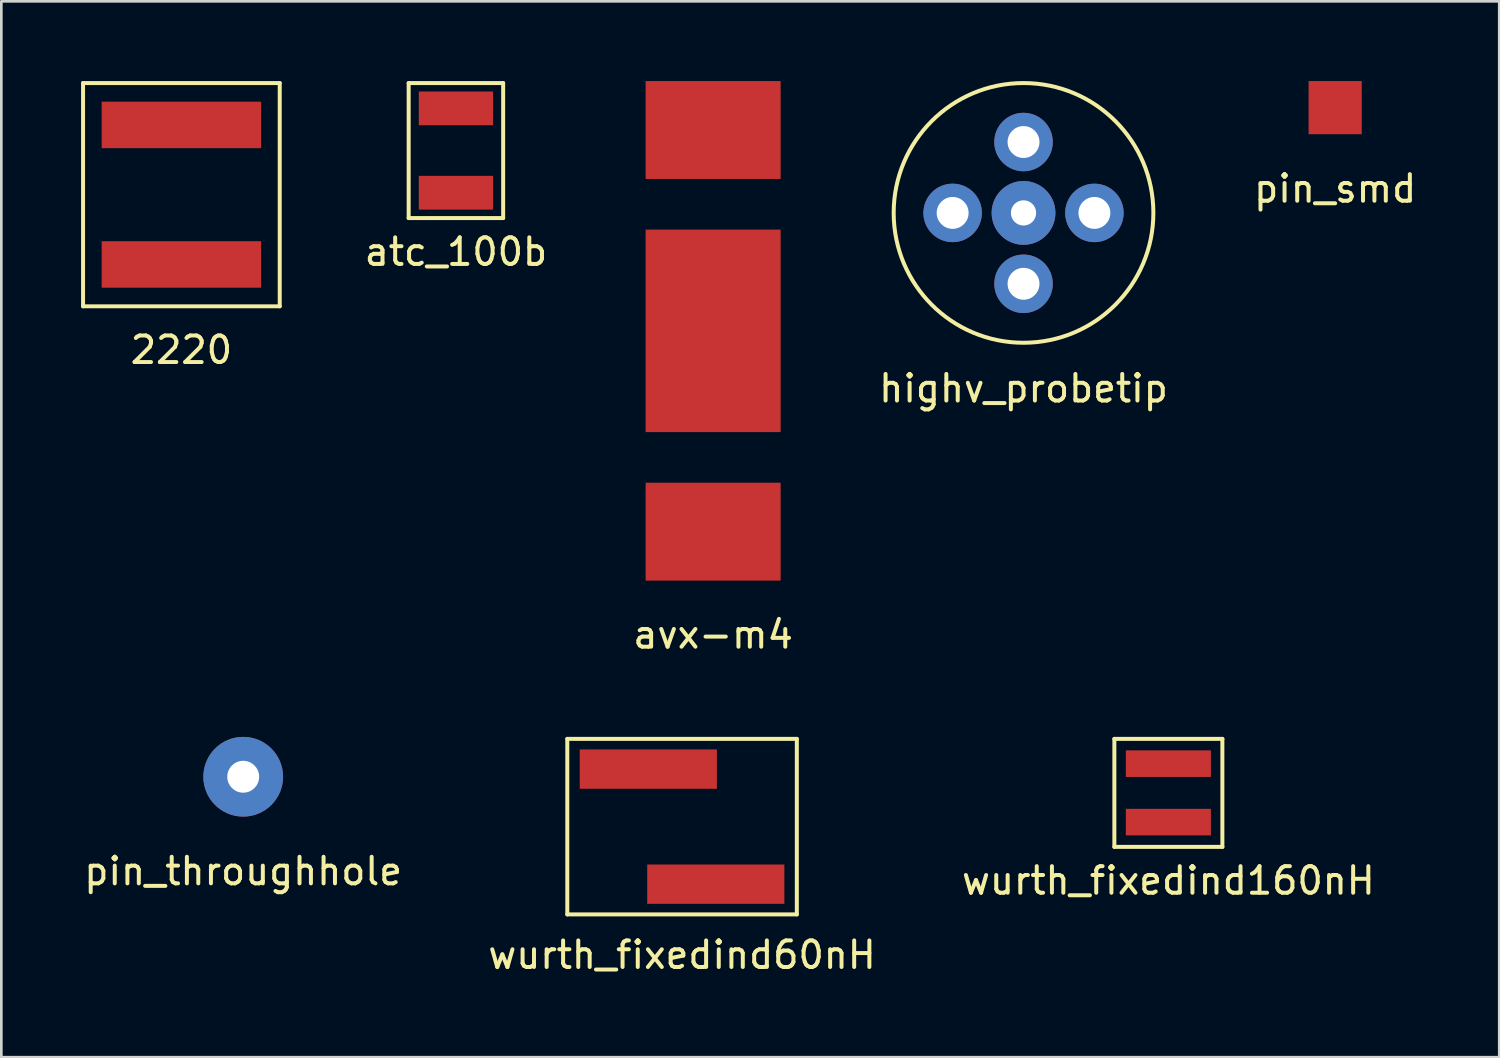
<source format=kicad_pcb>
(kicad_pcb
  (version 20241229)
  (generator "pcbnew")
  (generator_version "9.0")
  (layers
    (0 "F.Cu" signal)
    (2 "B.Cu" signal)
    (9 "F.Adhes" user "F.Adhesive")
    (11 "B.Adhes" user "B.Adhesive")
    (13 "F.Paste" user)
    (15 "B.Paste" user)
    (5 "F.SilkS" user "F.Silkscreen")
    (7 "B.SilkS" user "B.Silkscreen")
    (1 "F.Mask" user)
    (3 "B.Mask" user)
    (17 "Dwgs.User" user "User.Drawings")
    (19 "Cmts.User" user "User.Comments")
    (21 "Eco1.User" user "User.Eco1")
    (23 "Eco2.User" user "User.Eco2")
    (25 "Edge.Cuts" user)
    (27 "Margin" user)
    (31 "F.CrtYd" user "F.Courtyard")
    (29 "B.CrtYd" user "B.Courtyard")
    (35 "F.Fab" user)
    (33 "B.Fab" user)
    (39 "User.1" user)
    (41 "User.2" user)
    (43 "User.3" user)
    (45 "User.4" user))
  (footprint "2220"
    (layer "F.Cu")
    (at 3.775 4.275)
    (property "Reference" "2220" (at 0 5.842 0) (layer "F.SilkS") (effects (font (size 1 1) (thickness 0.15))))
    (attr through_hole)
    (fp_line (start -3.7 -4.2) (end -3.7 4.2) (stroke (width 0.15) (type solid)) (layer "F.SilkS"))
    (fp_line (start -3.7 4.2) (end 3.7 4.2) (stroke (width 0.15) (type solid)) (layer "F.SilkS"))
    (fp_line (start 3.7 -4.2) (end -3.7 -4.2) (stroke (width 0.15) (type solid)) (layer "F.SilkS"))
    (fp_line (start 3.7 -4.2) (end 3.7 4.2) (stroke (width 0.15) (type solid)) (layer "F.SilkS"))
    (pad "1" smd rect (at 0 -2.625) (size 6 1.75) (layers "F.Cu" "F.Mask" "F.Paste"))
    (pad "2" smd rect (at 0 2.625) (size 6 1.75) (layers "F.Cu" "F.Mask" "F.Paste")))
  (footprint "wurth_fixedind160nH"
    (layer "F.Cu")
    (at 40.911 26.783)
    (property "Reference" "wurth_fixedind160nH" (at 0 3.302 0) (layer "F.SilkS") (effects (font (size 1 1) (thickness 0.15))))
    (attr through_hole)
    (fp_line (start -2.032 -2.032) (end 2.032 -2.032) (stroke (width 0.15) (type solid)) (layer "F.SilkS"))
    (fp_line (start -2.032 2.032) (end -2.032 -2.032) (stroke (width 0.15) (type solid)) (layer "F.SilkS"))
    (fp_line (start 2.032 -2.032) (end 2.032 2.032) (stroke (width 0.15) (type solid)) (layer "F.SilkS"))
    (fp_line (start 2.032 2.032) (end -2.032 2.032) (stroke (width 0.15) (type solid)) (layer "F.SilkS"))
    (pad "1" smd rect (at 0 -1.1) (size 3.2 1) (layers "F.Cu" "F.Mask" "F.Paste"))
    (pad "2" smd rect (at 0 1.1) (size 3.2 1) (layers "F.Cu" "F.Mask" "F.Paste")))
  (footprint "atc_100b"
    (layer "F.Cu")
    (at 14.104 2.615)
    (property "Reference" "atc_100b" (at 0 3.81 0) (layer "F.SilkS") (effects (font (size 1 1) (thickness 0.15))))
    (attr through_hole)
    (fp_line (start -1.778 -2.54) (end -1.778 2.54) (stroke (width 0.15) (type solid)) (layer "F.SilkS"))
    (fp_line (start -1.778 2.54) (end 1.778 2.54) (stroke (width 0.15) (type solid)) (layer "F.SilkS"))
    (fp_line (start 1.778 -2.54) (end -1.778 -2.54) (stroke (width 0.15) (type solid)) (layer "F.SilkS"))
    (fp_line (start 1.778 -2.54) (end 1.778 2.54) (stroke (width 0.15) (type solid)) (layer "F.SilkS"))
    (pad "1" smd rect (at 0 -1.587) (size 2.794 1.27) (layers "F.Cu" "F.Mask" "F.Paste"))
    (pad "2" smd rect (at 0 1.587) (size 2.794 1.27) (layers "F.Cu" "F.Mask" "F.Paste")))
  (footprint "pin_smd"
    (layer "F.Cu")
    (at 47.187 1)
    (property "Reference" "pin_smd" (at 0 3.048 0) (layer "F.SilkS") (effects (font (size 1 1) (thickness 0.15))))
    (attr through_hole)
    (pad "1" smd rect (at 0 0) (size 2 2) (layers "F.Cu" "F.Mask" "F.Paste")))
  (footprint "avx-m4"
    (layer "F.Cu")
    (at 23.782 9.398)
    (property "Reference" "avx-m4" (at 0 11.43 0) (layer "F.SilkS") (effects (font (size 1 1) (thickness 0.15))))
    (attr through_hole)
    (pad "1" smd rect (at 0 -7.556) (size 5.08 3.683) (layers "F.Cu" "F.Mask" "F.Paste"))
    (pad "2" smd rect (at 0 0) (size 5.08 7.62) (layers "F.Cu" "F.Mask" "F.Paste"))
    (pad "3" smd rect (at 0 7.556) (size 5.08 3.683) (layers "F.Cu" "F.Mask" "F.Paste")))
  (footprint "highv_probetip"
    (layer "F.Cu")
    (at 35.461 4.961)
    (property "Reference" "highv_probetip" (at 0 6.604 0) (layer "F.SilkS") (effects (font (size 1 1) (thickness 0.15))))
    (attr through_hole)
    (fp_circle (center 0 0) (end 0.762 -4.826) (stroke (width 0.15) (type solid)) (fill no) (layer "F.SilkS"))
    (pad "1" thru_hole circle (at 0 0) (size 2.4 2.4) (drill 0.95) (layers "*.Cu" "*.Mask"))
    (pad "2" thru_hole circle (at 0 -2.667) (size 2.2 2.2) (drill 1.2) (layers "*.Cu" "*.Mask"))
    (pad "3" thru_hole circle (at 2.667 0) (size 2.2 2.2) (drill 1.2) (layers "*.Cu" "*.Mask"))
    (pad "4" thru_hole circle (at 0 2.667) (size 2.2 2.2) (drill 1.2) (layers "*.Cu" "*.Mask"))
    (pad "5" thru_hole circle (at -2.667 0) (size 2.2 2.2) (drill 1.2) (layers "*.Cu" "*.Mask")))
  (footprint "pin_throughhole"
    (layer "F.Cu")
    (at 6.101 26.176)
    (property "Reference" "pin_throughhole" (at 0 3.556 0) (layer "F.SilkS") (effects (font (size 1 1) (thickness 0.15))))
    (attr through_hole)
    (pad "1" thru_hole circle (at 0 0) (size 3 3) (drill 1.2) (layers "*.Cu" "*.Mask")))
  (footprint "wurth_fixedind60nH"
    (layer "F.Cu")
    (at 22.613 28.053)
    (property "Reference" "wurth_fixedind60nH" (at 0 4.826 0) (layer "F.SilkS") (effects (font (size 1 1) (thickness 0.15))))
    (attr through_hole)
    (fp_line (start -4.318 -3.302) (end 4.318 -3.302) (stroke (width 0.15) (type solid)) (layer "F.SilkS"))
    (fp_line (start -4.318 3.302) (end -4.318 -3.302) (stroke (width 0.15) (type solid)) (layer "F.SilkS"))
    (fp_line (start 4.318 -3.302) (end 4.318 3.302) (stroke (width 0.15) (type solid)) (layer "F.SilkS"))
    (fp_line (start 4.318 3.302) (end -4.318 3.302) (stroke (width 0.15) (type solid)) (layer "F.SilkS"))
    (pad "1" smd rect (at -1.27 -2.165) (size 5.16 1.48) (layers "F.Cu" "F.Mask" "F.Paste"))
    (pad "2" smd rect (at 1.27 2.165) (size 5.16 1.48) (layers "F.Cu" "F.Mask" "F.Paste")))
  (gr_rect
    (start -3 -3)
    (end 53.36 36.727)
    (stroke (width 0.1) (type default))
    (fill no)
    (layer "Edge.Cuts")))
</source>
